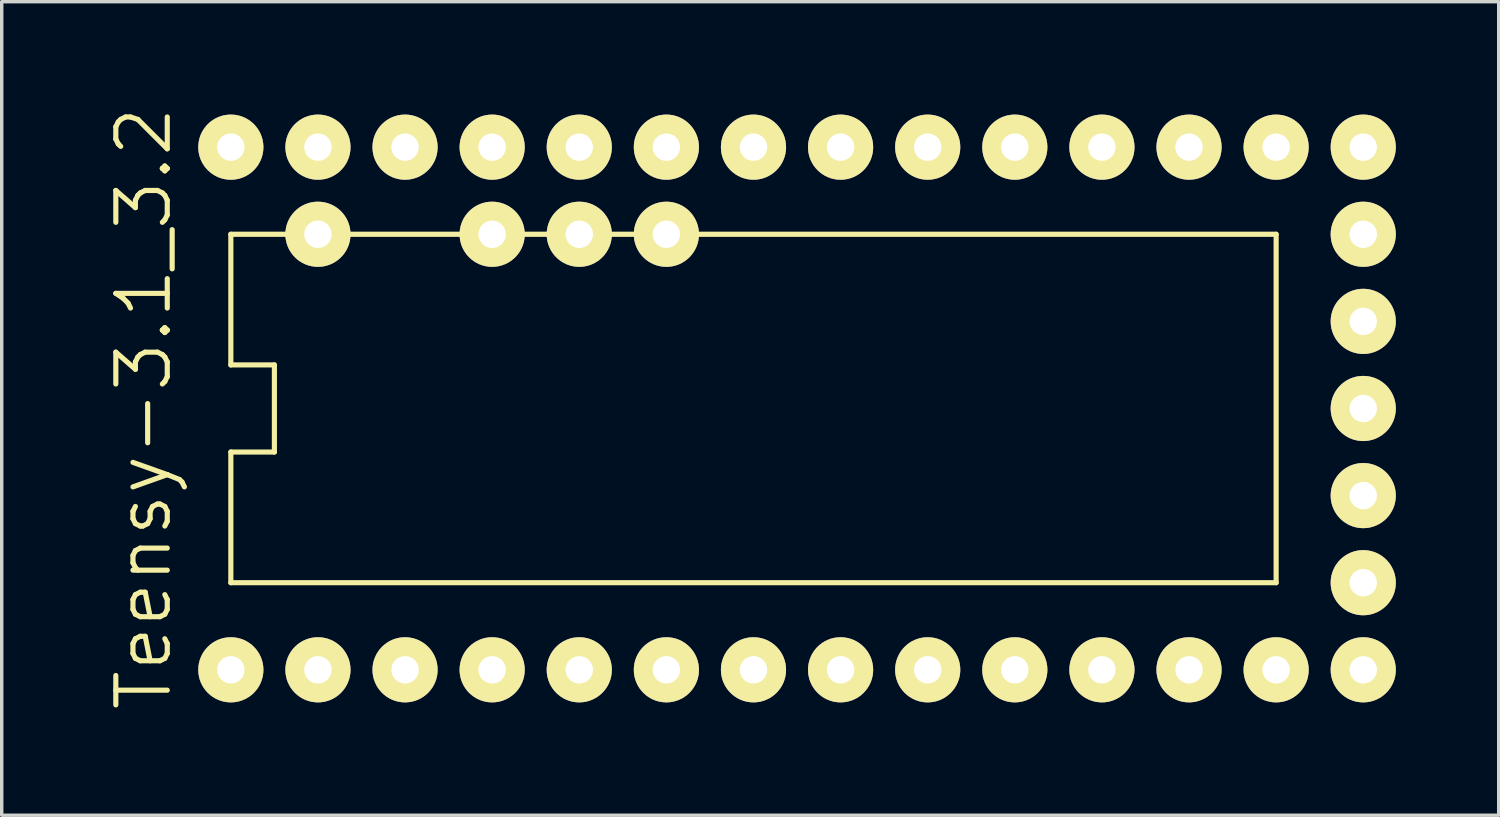
<source format=kicad_pcb>
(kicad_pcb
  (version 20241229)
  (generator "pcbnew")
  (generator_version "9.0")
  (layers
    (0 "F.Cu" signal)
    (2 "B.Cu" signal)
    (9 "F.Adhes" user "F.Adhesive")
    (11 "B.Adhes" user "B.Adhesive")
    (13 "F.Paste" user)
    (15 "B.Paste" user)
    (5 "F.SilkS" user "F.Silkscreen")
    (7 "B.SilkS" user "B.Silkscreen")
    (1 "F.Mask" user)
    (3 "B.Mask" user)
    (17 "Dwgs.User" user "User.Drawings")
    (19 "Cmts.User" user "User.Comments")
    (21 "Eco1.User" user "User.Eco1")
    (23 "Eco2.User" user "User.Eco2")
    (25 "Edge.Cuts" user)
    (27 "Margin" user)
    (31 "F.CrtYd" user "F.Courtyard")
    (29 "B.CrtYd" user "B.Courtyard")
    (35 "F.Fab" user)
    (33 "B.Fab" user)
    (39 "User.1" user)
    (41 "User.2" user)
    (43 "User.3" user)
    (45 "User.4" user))
  (footprint "Teensy-3.1_3.2"
    (layer "F.Cu")
    (at 6.221 16.481)
    (property "Reference" "Teensy-3.1_3.2" (at -5.08 -7.62 90) (layer "F.SilkS") (effects (font (size 1.5 1.5) (thickness 0.15))))
    (attr through_hole)
    (fp_line (start -2.54 -12.7) (end -2.54 -8.89) (stroke (width 0.15) (type solid)) (layer "F.SilkS"))
    (fp_line (start -2.54 -12.7) (end 27.94 -12.7) (stroke (width 0.15) (type solid)) (layer "F.SilkS"))
    (fp_line (start -2.54 -8.89) (end -1.27 -8.89) (stroke (width 0.15) (type solid)) (layer "F.SilkS"))
    (fp_line (start -2.54 -6.35) (end -2.54 -2.54) (stroke (width 0.15) (type solid)) (layer "F.SilkS"))
    (fp_line (start -1.27 -8.89) (end -1.27 -6.35) (stroke (width 0.15) (type solid)) (layer "F.SilkS"))
    (fp_line (start -1.27 -6.35) (end -2.54 -6.35) (stroke (width 0.15) (type solid)) (layer "F.SilkS"))
    (fp_line (start 27.94 -12.7) (end 27.94 -2.54) (stroke (width 0.15) (type solid)) (layer "F.SilkS"))
    (fp_line (start 27.94 -2.54) (end -2.54 -2.54) (stroke (width 0.15) (type solid)) (layer "F.SilkS"))
    (pad "0" thru_hole circle (at 0 0) (size 1.9 1.9) (drill 0.8) (layers "*.Cu" "*.Mask" "F.SilkS"))
    (pad "1" thru_hole circle (at 2.54 0) (size 1.9 1.9) (drill 0.8) (layers "*.Cu" "*.Mask" "F.SilkS"))
    (pad "2" thru_hole circle (at 5.08 0) (size 1.9 1.9) (drill 0.8) (layers "*.Cu" "*.Mask" "F.SilkS"))
    (pad "3" thru_hole circle (at 7.62 0) (size 1.9 1.9) (drill 0.8) (layers "*.Cu" "*.Mask" "F.SilkS"))
    (pad "4" thru_hole circle (at 10.16 0) (size 1.9 1.9) (drill 0.8) (layers "*.Cu" "*.Mask" "F.SilkS"))
    (pad "5" thru_hole circle (at 12.7 0) (size 1.9 1.9) (drill 0.8) (layers "*.Cu" "*.Mask" "F.SilkS"))
    (pad "6" thru_hole circle (at 15.24 0) (size 1.9 1.9) (drill 0.8) (layers "*.Cu" "*.Mask" "F.SilkS"))
    (pad "7" thru_hole circle (at 17.78 0) (size 1.9 1.9) (drill 0.8) (layers "*.Cu" "*.Mask" "F.SilkS"))
    (pad "8" thru_hole circle (at 20.32 0) (size 1.9 1.9) (drill 0.8) (layers "*.Cu" "*.Mask" "F.SilkS"))
    (pad "9" thru_hole circle (at 22.86 0) (size 1.9 1.9) (drill 0.8) (layers "*.Cu" "*.Mask" "F.SilkS"))
    (pad "10" thru_hole circle (at 25.4 0) (size 1.9 1.9) (drill 0.8) (layers "*.Cu" "*.Mask" "F.SilkS"))
    (pad "11" thru_hole circle (at 27.94 0) (size 1.9 1.9) (drill 0.8) (layers "*.Cu" "*.Mask" "F.SilkS"))
    (pad "12" thru_hole circle (at 30.48 0) (size 1.9 1.9) (drill 0.8) (layers "*.Cu" "*.Mask" "F.SilkS"))
    (pad "13" thru_hole circle (at 30.48 -15.24) (size 1.9 1.9) (drill 0.8) (layers "*.Cu" "*.Mask" "F.SilkS"))
    (pad "14" thru_hole circle (at 27.94 -15.24) (size 1.9 1.9) (drill 0.8) (layers "*.Cu" "*.Mask" "F.SilkS"))
    (pad "15" thru_hole circle (at 25.4 -15.24) (size 1.9 1.9) (drill 0.8) (layers "*.Cu" "*.Mask" "F.SilkS"))
    (pad "16" thru_hole circle (at 22.86 -15.24) (size 1.9 1.9) (drill 0.8) (layers "*.Cu" "*.Mask" "F.SilkS"))
    (pad "17" thru_hole circle (at 20.32 -15.24) (size 1.9 1.9) (drill 0.8) (layers "*.Cu" "*.Mask" "F.SilkS"))
    (pad "18" thru_hole circle (at 17.78 -15.24) (size 1.9 1.9) (drill 0.8) (layers "*.Cu" "*.Mask" "F.SilkS"))
    (pad "19" thru_hole circle (at 15.24 -15.24) (size 1.9 1.9) (drill 0.8) (layers "*.Cu" "*.Mask" "F.SilkS"))
    (pad "20" thru_hole circle (at 12.7 -15.24) (size 1.9 1.9) (drill 0.8) (layers "*.Cu" "*.Mask" "F.SilkS"))
    (pad "21" thru_hole circle (at 10.16 -15.24) (size 1.9 1.9) (drill 0.8) (layers "*.Cu" "*.Mask" "F.SilkS"))
    (pad "22" thru_hole circle (at 7.62 -15.24) (size 1.9 1.9) (drill 0.8) (layers "*.Cu" "*.Mask" "F.SilkS"))
    (pad "23" thru_hole circle (at 5.08 -15.24) (size 1.9 1.9) (drill 0.8) (layers "*.Cu" "*.Mask" "F.SilkS"))
    (pad "24" thru_hole circle (at 2.54 -15.24) (size 1.9 1.9) (drill 0.8) (layers "*.Cu" "*.Mask" "F.SilkS"))
    (pad "25" thru_hole circle (at 0 -15.24) (size 1.9 1.9) (drill 0.8) (layers "*.Cu" "*.Mask" "F.SilkS"))
    (pad "26" thru_hole circle (at -2.54 -15.24) (size 1.9 1.9) (drill 0.8) (layers "*.Cu" "*.Mask" "F.SilkS"))
    (pad "27" thru_hole circle (at -2.54 0) (size 1.9 1.9) (drill 0.8) (layers "*.Cu" "*.Mask" "F.SilkS"))
    (pad "28" thru_hole circle (at 0 -12.7) (size 1.9 1.9) (drill 0.8) (layers "*.Cu" "*.Mask" "F.SilkS"))
    (pad "29" thru_hole circle (at 5.08 -12.7) (size 1.9 1.9) (drill 0.8) (layers "*.Cu" "*.Mask" "F.SilkS"))
    (pad "30" thru_hole circle (at 7.62 -12.7) (size 1.9 1.9) (drill 0.8) (layers "*.Cu" "*.Mask" "F.SilkS"))
    (pad "31" thru_hole circle (at 10.16 -12.7) (size 1.9 1.9) (drill 0.8) (layers "*.Cu" "*.Mask" "F.SilkS"))
    (pad "32" thru_hole circle (at 30.48 -12.7) (size 1.9 1.9) (drill 0.8) (layers "*.Cu" "*.Mask" "F.SilkS"))
    (pad "33" thru_hole circle (at 30.48 -10.16) (size 1.9 1.9) (drill 0.8) (layers "*.Cu" "*.Mask" "F.SilkS"))
    (pad "34" thru_hole circle (at 30.48 -7.62) (size 1.9 1.9) (drill 0.8) (layers "*.Cu" "*.Mask" "F.SilkS"))
    (pad "35" thru_hole circle (at 30.48 -5.08) (size 1.9 1.9) (drill 0.8) (layers "*.Cu" "*.Mask" "F.SilkS"))
    (pad "36" thru_hole circle (at 30.48 -2.54) (size 1.9 1.9) (drill 0.8) (layers "*.Cu" "*.Mask" "F.SilkS")))
  (gr_rect
    (start -3 -3)
    (end 40.651 20.721)
    (stroke (width 0.1) (type default))
    (fill no)
    (layer "Edge.Cuts")))
</source>
